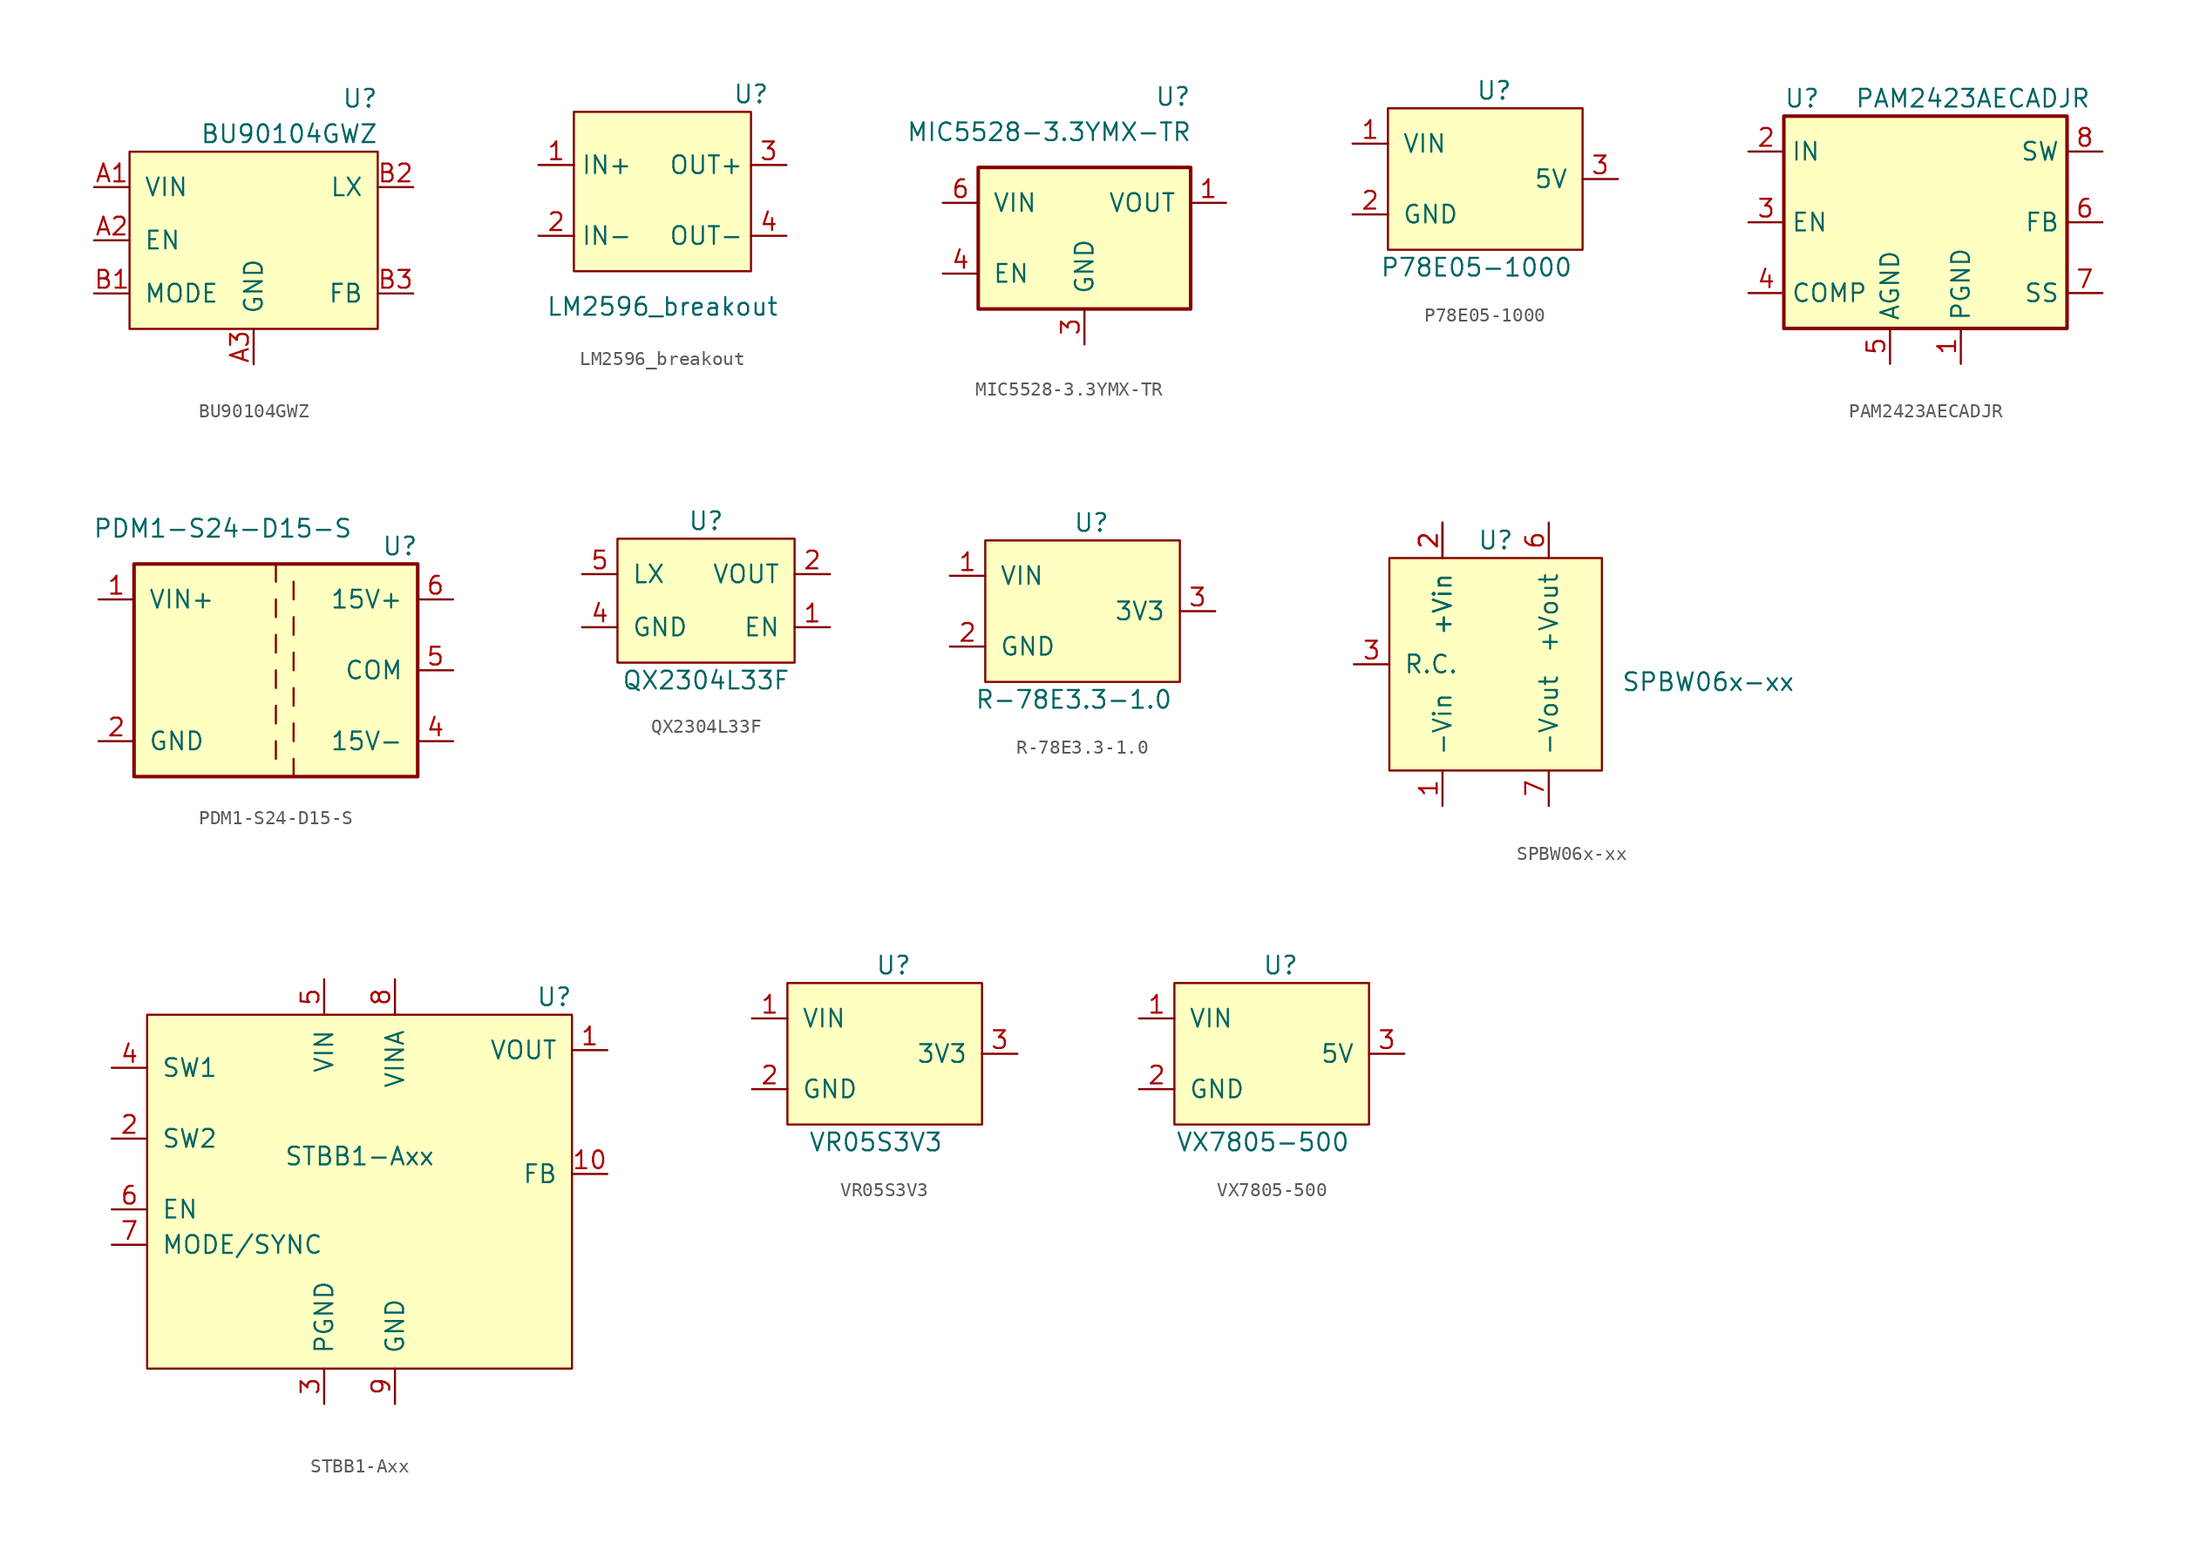
<source format=kicad_sym>
(kicad_symbol_lib
  (version 20211014)
  (generator kicad_symbol_editor)
  (symbol "BU90104GWZ"
    (pin_names
      (offset 1.016))
    (property "Reference" "U"
      (at 7.62 10.16 0)
      (effects (font (size 1.27 1.27))))
    (property "Value" "BU90104GWZ"
      (at 2.54 7.62 0)
      (effects (font (size 1.27 1.27))))
    (symbol "BU90104GWZ_0_1"
      (rectangle (start -8.89 6.35) (end 8.89 -6.35) (stroke (width 0) (type default) (color 0 0 0 0)) (fill (type background))))
    (symbol "BU90104GWZ_1_1"
      (pin power_in line (at -11.43 3.81 0) (length 2.54) (name "VIN" (effects (font (size 1.27 1.27)))) (number "A1" (effects (font (size 1.27 1.27)))))
      (pin input line (at -11.43 0 0) (length 2.54) (name "EN" (effects (font (size 1.27 1.27)))) (number "A2" (effects (font (size 1.27 1.27)))))
      (pin power_in line (at 0 -8.89 90) (length 2.54) (name "GND" (effects (font (size 1.27 1.27)))) (number "A3" (effects (font (size 1.27 1.27)))))
      (pin input line (at -11.43 -3.81 0) (length 2.54) (name "MODE" (effects (font (size 1.27 1.27)))) (number "B1" (effects (font (size 1.27 1.27)))))
      (pin power_out line (at 11.43 3.81 180) (length 2.54) (name "LX" (effects (font (size 1.27 1.27)))) (number "B2" (effects (font (size 1.27 1.27)))))
      (pin input line (at 11.43 -3.81 180) (length 2.54) (name "FB" (effects (font (size 1.27 1.27)))) (number "B3" (effects (font (size 1.27 1.27)))))))
  (symbol "LM2596_breakout"
    (property "Reference" "U"
      (at 6.35 6.35 0)
      (effects (font (size 1.27 1.27))))
    (property "Value" "LM2596_breakout"
      (at 0 -8.89 0)
      (effects (font (size 1.27 1.27))))
    (symbol "LM2596_breakout_0_1"
      (rectangle (start -6.35 5.08) (end 6.35 -6.35) (stroke (width 0) (type default) (color 0 0 0 0)) (fill (type background))))
    (symbol "LM2596_breakout_1_1"
      (pin input line (at -8.89 1.27 0) (length 2.54) (name "IN+" (effects (font (size 1.27 1.27)))) (number "1" (effects (font (size 1.27 1.27)))))
      (pin input line (at -8.89 -3.81 0) (length 2.54) (name "IN-" (effects (font (size 1.27 1.27)))) (number "2" (effects (font (size 1.27 1.27)))))
      (pin input line (at 8.89 1.27 180) (length 2.54) (name "OUT+" (effects (font (size 1.27 1.27)))) (number "3" (effects (font (size 1.27 1.27)))))
      (pin input line (at 8.89 -3.81 180) (length 2.54) (name "OUT-" (effects (font (size 1.27 1.27)))) (number "4" (effects (font (size 1.27 1.27)))))))
  (symbol "MIC5528-3.3YMX-TR"
    (pin_names
      (offset 1.016))
    (property "Reference" "U"
      (at 6.35 10.16 0)
      (effects (font (size 1.27 1.27))))
    (property "Value" "MIC5528-3.3YMX-TR"
      (at -2.54 7.62 0)
      (effects (font (size 1.27 1.27))))
    (symbol "MIC5528-3.3YMX-TR_1_1"
      (rectangle (start -7.62 -5.08) (end 7.62 5.08) (stroke (width 0.254) (type default) (color 0 0 0 0)) (fill (type background)))
      (pin power_out line (at 10.16 2.54 180) (length 2.54) (name "VOUT" (effects (font (size 1.27 1.27)))) (number "1" (effects (font (size 1.27 1.27)))))
      (pin passive line (at 10.16 2.54 180) (length 2.54) hide (name "VOUT" (effects (font (size 1.27 1.27)))) (number "2" (effects (font (size 1.27 1.27)))))
      (pin power_in line (at 0 -7.62 90) (length 2.54) (name "GND" (effects (font (size 1.27 1.27)))) (number "3" (effects (font (size 1.27 1.27)))))
      (pin input line (at -10.16 -2.54 0) (length 2.54) (name "EN" (effects (font (size 1.27 1.27)))) (number "4" (effects (font (size 1.27 1.27)))))
      (pin no_connect line (at 7.62 -2.54 180) (length 2.54) hide (name "NC" (effects (font (size 1.27 1.27)))) (number "5" (effects (font (size 1.27 1.27)))))
      (pin power_in line (at -10.16 2.54 0) (length 2.54) (name "VIN" (effects (font (size 1.27 1.27)))) (number "6" (effects (font (size 1.27 1.27)))))))
  (symbol "P78E05-1000"
    (pin_names
      (offset 1.016))
    (property "Reference" "U"
      (at 2.54 6.35 0)
      (effects (font (size 1.27 1.27))))
    (property "Value" "P78E05-1000"
      (at 1.27 -6.35 0)
      (effects (font (size 1.27 1.27))))
    (symbol "P78E05-1000_0_1"
      (rectangle (start -5.08 5.08) (end 8.89 -5.08) (stroke (width 0) (type default) (color 0 0 0 0)) (fill (type background))))
    (symbol "P78E05-1000_1_1"
      (pin power_in line (at -7.62 2.54 0) (length 2.54) (name "VIN" (effects (font (size 1.27 1.27)))) (number "1" (effects (font (size 1.27 1.27)))))
      (pin power_in line (at -7.62 -2.54 0) (length 2.54) (name "GND" (effects (font (size 1.27 1.27)))) (number "2" (effects (font (size 1.27 1.27)))))
      (pin power_out line (at 11.43 0 180) (length 2.54) (name "5V" (effects (font (size 1.27 1.27)))) (number "3" (effects (font (size 1.27 1.27)))))))
  (symbol "PAM2423AECADJR"
    (property "Reference" "U"
      (at -10.16 8.89 0)
      (effects (font (size 1.27 1.27)) (justify left)))
    (property "Value" "PAM2423AECADJR"
      (at -5.08 8.89 0)
      (effects (font (size 1.27 1.27)) (justify left)))
    (symbol "PAM2423AECADJR_0_0"
      (pin power_in line (at 2.54 -10.16 90) (length 2.54) (name "PGND" (effects (font (size 1.27 1.27)))) (number "1" (effects (font (size 1.27 1.27)))))
      (pin input line (at -12.7 -5.08 0) (length 2.54) (name "COMP" (effects (font (size 1.27 1.27)))) (number "4" (effects (font (size 1.27 1.27)))))
      (pin input line (at 12.7 0 180) (length 2.54) (name "FB" (effects (font (size 1.27 1.27)))) (number "6" (effects (font (size 1.27 1.27))))))
    (symbol "PAM2423AECADJR_0_1"
      (rectangle (start -10.16 7.62) (end 10.16 -7.62) (stroke (width 0.254) (type default) (color 0 0 0 0)) (fill (type background))))
    (symbol "PAM2423AECADJR_1_1"
      (pin power_in line (at -12.7 5.08 0) (length 2.54) (name "IN" (effects (font (size 1.27 1.27)))) (number "2" (effects (font (size 1.27 1.27)))))
      (pin input line (at -12.7 0 0) (length 2.54) (name "EN" (effects (font (size 1.27 1.27)))) (number "3" (effects (font (size 1.27 1.27)))))
      (pin power_in line (at -2.54 -10.16 90) (length 2.54) (name "AGND" (effects (font (size 1.27 1.27)))) (number "5" (effects (font (size 1.27 1.27)))))
      (pin input line (at 12.7 -5.08 180) (length 2.54) (name "SS" (effects (font (size 1.27 1.27)))) (number "7" (effects (font (size 1.27 1.27)))))
      (pin power_out line (at 12.7 5.08 180) (length 2.54) (name "SW" (effects (font (size 1.27 1.27)))) (number "8" (effects (font (size 1.27 1.27)))))
      (pin input line (at 2.54 -10.16 90) (length 2.54) hide (name "PAD" (effects (font (size 1.27 1.27)))) (number "9" (effects (font (size 1.27 1.27)))))))
  (symbol "PDM1-S24-D15-S"
    (pin_names
      (offset 1.016))
    (property "Reference" "U"
      (at 8.89 8.89 0)
      (effects (font (size 1.27 1.27))))
    (property "Value" "PDM1-S24-D15-S"
      (at -3.81 10.16 0)
      (effects (font (size 1.27 1.27))))
    (symbol "PDM1-S24-D15-S_1_1"
      (rectangle (start -10.16 7.62) (end 10.16 -7.62) (stroke (width 0.254) (type default) (color 0 0 0 0)) (fill (type background)))
      (polyline (pts (xy 0 -5.08) (xy 0 -6.35)) (stroke (width 0) (type default) (color 0 0 0 0)) (fill (type none)))
      (polyline (pts (xy 0 -2.54) (xy 0 -3.81)) (stroke (width 0) (type default) (color 0 0 0 0)) (fill (type none)))
      (polyline (pts (xy 0 0) (xy 0 -1.27)) (stroke (width 0) (type default) (color 0 0 0 0)) (fill (type none)))
      (polyline (pts (xy 0 2.54) (xy 0 1.27)) (stroke (width 0) (type default) (color 0 0 0 0)) (fill (type none)))
      (polyline (pts (xy 0 5.08) (xy 0 3.81)) (stroke (width 0) (type default) (color 0 0 0 0)) (fill (type none)))
      (polyline (pts (xy 0 7.62) (xy 0 6.35)) (stroke (width 0) (type default) (color 0 0 0 0)) (fill (type none)))
      (polyline (pts (xy 1.27 -7.62) (xy 1.27 -6.35)) (stroke (width 0) (type default) (color 0 0 0 0)) (fill (type none)))
      (polyline (pts (xy 1.27 -5.08) (xy 1.27 -3.81)) (stroke (width 0) (type default) (color 0 0 0 0)) (fill (type none)))
      (polyline (pts (xy 1.27 -2.54) (xy 1.27 -1.27)) (stroke (width 0) (type default) (color 0 0 0 0)) (fill (type none)))
      (polyline (pts (xy 1.27 0) (xy 1.27 1.27)) (stroke (width 0) (type default) (color 0 0 0 0)) (fill (type none)))
      (polyline (pts (xy 1.27 2.54) (xy 1.27 3.81)) (stroke (width 0) (type default) (color 0 0 0 0)) (fill (type none)))
      (polyline (pts (xy 1.27 5.08) (xy 1.27 6.35)) (stroke (width 0) (type default) (color 0 0 0 0)) (fill (type none)))
      (pin power_in line (at -12.7 5.08 0) (length 2.54) (name "VIN+" (effects (font (size 1.27 1.27)))) (number "1" (effects (font (size 1.27 1.27)))))
      (pin power_in line (at -12.7 -5.08 0) (length 2.54) (name "GND" (effects (font (size 1.27 1.27)))) (number "2" (effects (font (size 1.27 1.27)))))
      (pin power_out line (at 12.7 -5.08 180) (length 2.54) (name "15V-" (effects (font (size 1.27 1.27)))) (number "4" (effects (font (size 1.27 1.27)))))
      (pin power_out line (at 12.7 0 180) (length 2.54) (name "COM" (effects (font (size 1.27 1.27)))) (number "5" (effects (font (size 1.27 1.27)))))
      (pin power_out line (at 12.7 5.08 180) (length 2.54) (name "15V+" (effects (font (size 1.27 1.27)))) (number "6" (effects (font (size 1.27 1.27)))))))
  (symbol "QX2304L33F"
    (pin_names
      (offset 1.016))
    (property "Reference" "U"
      (at 0 6.35 0)
      (effects (font (size 1.27 1.27))))
    (property "Value" "QX2304L33F"
      (at 0 -5.08 0)
      (effects (font (size 1.27 1.27))))
    (symbol "QX2304L33F_0_1"
      (rectangle (start -6.35 5.08) (end 6.35 -3.81) (stroke (width 0) (type default) (color 0 0 0 0)) (fill (type background))))
    (symbol "QX2304L33F_1_1"
      (pin input line (at 8.89 -1.27 180) (length 2.54) (name "EN" (effects (font (size 1.27 1.27)))) (number "1" (effects (font (size 1.27 1.27)))))
      (pin power_out line (at 8.89 2.54 180) (length 2.54) (name "VOUT" (effects (font (size 1.27 1.27)))) (number "2" (effects (font (size 1.27 1.27)))))
      (pin no_connect line (at 0 -3.81 180) (length 2.54) hide (name "NC" (effects (font (size 1.27 1.27)))) (number "3" (effects (font (size 1.27 1.27)))))
      (pin power_in line (at -8.89 -1.27 0) (length 2.54) (name "GND" (effects (font (size 1.27 1.27)))) (number "4" (effects (font (size 1.27 1.27)))))
      (pin output line (at -8.89 2.54 0) (length 2.54) (name "LX" (effects (font (size 1.27 1.27)))) (number "5" (effects (font (size 1.27 1.27)))))))
  (symbol "R-78E3.3-1.0"
    (pin_names
      (offset 1.016))
    (property "Reference" "U"
      (at 1.27 6.35 0)
      (effects (font (size 1.27 1.27))))
    (property "Value" "R-78E3.3-1.0"
      (at 0 -6.35 0)
      (effects (font (size 1.27 1.27))))
    (symbol "R-78E3.3-1.0_0_1"
      (rectangle (start -6.35 5.08) (end 7.62 -5.08) (stroke (width 0) (type default) (color 0 0 0 0)) (fill (type background))))
    (symbol "R-78E3.3-1.0_1_1"
      (pin power_in line (at -8.89 2.54 0) (length 2.54) (name "VIN" (effects (font (size 1.27 1.27)))) (number "1" (effects (font (size 1.27 1.27)))))
      (pin power_in line (at -8.89 -2.54 0) (length 2.54) (name "GND" (effects (font (size 1.27 1.27)))) (number "2" (effects (font (size 1.27 1.27)))))
      (pin power_out line (at 10.16 0 180) (length 2.54) (name "3V3" (effects (font (size 1.27 1.27)))) (number "3" (effects (font (size 1.27 1.27)))))))
  (symbol "SPBW06x-xx"
    (pin_names
      (offset 1.016))
    (property "Reference" "U"
      (at 0 8.89 0)
      (effects (font (size 1.27 1.27))))
    (property "Value" "SPBW06x-xx"
      (at 15.24 -1.27 0)
      (effects (font (size 1.27 1.27))))
    (symbol "SPBW06x-xx_0_1"
      (rectangle (start -7.62 7.62) (end 7.62 -7.62) (stroke (width 0) (type default) (color 0 0 0 0)) (fill (type background))))
    (symbol "SPBW06x-xx_1_1"
      (pin power_in line (at -3.81 -10.16 90) (length 2.54) (name "-Vin" (effects (font (size 1.27 1.27)))) (number "1" (effects (font (size 1.27 1.27)))))
      (pin power_in line (at -3.81 10.16 270) (length 2.54) (name "+Vin" (effects (font (size 1.27 1.27)))) (number "2" (effects (font (size 1.27 1.27)))))
      (pin power_in line (at -3.81 10.16 270) (length 2.54) (name "+Vin" (effects (font (size 1.27 1.27)))) (number "2" (effects (font (size 1.27 1.27)))))
      (pin input line (at -10.16 0 0) (length 2.54) (name "R.C." (effects (font (size 1.27 1.27)))) (number "3" (effects (font (size 1.27 1.27)))))
      (pin power_out line (at 3.81 10.16 270) (length 2.54) (name "+Vout" (effects (font (size 1.27 1.27)))) (number "6" (effects (font (size 1.27 1.27)))))
      (pin power_out line (at 3.81 -10.16 90) (length 2.54) (name "-Vout" (effects (font (size 1.27 1.27)))) (number "7" (effects (font (size 1.27 1.27)))))))
  (symbol "STBB1-Axx"
    (pin_names
      (offset 1.016))
    (property "Reference" "U"
      (at 13.97 12.7 0)
      (effects (font (size 1.27 1.27))))
    (property "Value" "STBB1-Axx"
      (at 0 1.27 0)
      (effects (font (size 1.27 1.27))))
    (symbol "STBB1-Axx_0_1"
      (rectangle (start -15.24 11.43) (end 15.24 -13.97) (stroke (width 0) (type default) (color 0 0 0 0)) (fill (type background))))
    (symbol "STBB1-Axx_1_1"
      (pin power_out line (at 17.78 8.89 180) (length 2.54) (name "VOUT" (effects (font (size 1.27 1.27)))) (number "1" (effects (font (size 1.27 1.27)))))
      (pin input line (at 17.78 0 180) (length 2.54) (name "FB" (effects (font (size 1.27 1.27)))) (number "10" (effects (font (size 1.27 1.27)))))
      (pin passive line (at -2.54 -16.51 90) (length 2.54) hide (name "PGND" (effects (font (size 1.27 1.27)))) (number "11" (effects (font (size 1.27 1.27)))))
      (pin input line (at -17.78 2.54 0) (length 2.54) (name "SW2" (effects (font (size 1.27 1.27)))) (number "2" (effects (font (size 1.27 1.27)))))
      (pin power_in line (at -2.54 -16.51 90) (length 2.54) (name "PGND" (effects (font (size 1.27 1.27)))) (number "3" (effects (font (size 1.27 1.27)))))
      (pin input line (at -17.78 7.62 0) (length 2.54) (name "SW1" (effects (font (size 1.27 1.27)))) (number "4" (effects (font (size 1.27 1.27)))))
      (pin power_in line (at -2.54 13.97 270) (length 2.54) (name "VIN" (effects (font (size 1.27 1.27)))) (number "5" (effects (font (size 1.27 1.27)))))
      (pin input line (at -17.78 -2.54 0) (length 2.54) (name "EN" (effects (font (size 1.27 1.27)))) (number "6" (effects (font (size 1.27 1.27)))))
      (pin input line (at -17.78 -5.08 0) (length 2.54) (name "MODE/SYNC" (effects (font (size 1.27 1.27)))) (number "7" (effects (font (size 1.27 1.27)))))
      (pin power_in line (at 2.54 13.97 270) (length 2.54) (name "VINA" (effects (font (size 1.27 1.27)))) (number "8" (effects (font (size 1.27 1.27)))))
      (pin power_in line (at 2.54 -16.51 90) (length 2.54) (name "GND" (effects (font (size 1.27 1.27)))) (number "9" (effects (font (size 1.27 1.27)))))))
  (symbol "VR05S3V3"
    (pin_names
      (offset 1.016))
    (property "Reference" "U"
      (at 1.27 6.35 0)
      (effects (font (size 1.27 1.27))))
    (property "Value" "VR05S3V3"
      (at 0 -6.35 0)
      (effects (font (size 1.27 1.27))))
    (symbol "VR05S3V3_0_1"
      (rectangle (start -6.35 5.08) (end 7.62 -5.08) (stroke (width 0) (type default) (color 0 0 0 0)) (fill (type background))))
    (symbol "VR05S3V3_1_1"
      (pin power_in line (at -8.89 2.54 0) (length 2.54) (name "VIN" (effects (font (size 1.27 1.27)))) (number "1" (effects (font (size 1.27 1.27)))))
      (pin power_in line (at -8.89 -2.54 0) (length 2.54) (name "GND" (effects (font (size 1.27 1.27)))) (number "2" (effects (font (size 1.27 1.27)))))
      (pin power_out line (at 10.16 0 180) (length 2.54) (name "3V3" (effects (font (size 1.27 1.27)))) (number "3" (effects (font (size 1.27 1.27)))))))
  (symbol "VX7805-500"
    (pin_names
      (offset 1.016))
    (property "Reference" "U"
      (at 2.54 6.35 0)
      (effects (font (size 1.27 1.27))))
    (property "Value" "VX7805-500"
      (at 1.27 -6.35 0)
      (effects (font (size 1.27 1.27))))
    (symbol "VX7805-500_0_1"
      (rectangle (start -5.08 5.08) (end 8.89 -5.08) (stroke (width 0) (type default) (color 0 0 0 0)) (fill (type background))))
    (symbol "VX7805-500_1_1"
      (pin power_in line (at -7.62 2.54 0) (length 2.54) (name "VIN" (effects (font (size 1.27 1.27)))) (number "1" (effects (font (size 1.27 1.27)))))
      (pin power_in line (at -7.62 -2.54 0) (length 2.54) (name "GND" (effects (font (size 1.27 1.27)))) (number "2" (effects (font (size 1.27 1.27)))))
      (pin power_out line (at 11.43 0 180) (length 2.54) (name "5V" (effects (font (size 1.27 1.27)))) (number "3" (effects (font (size 1.27 1.27))))))))
</source>
